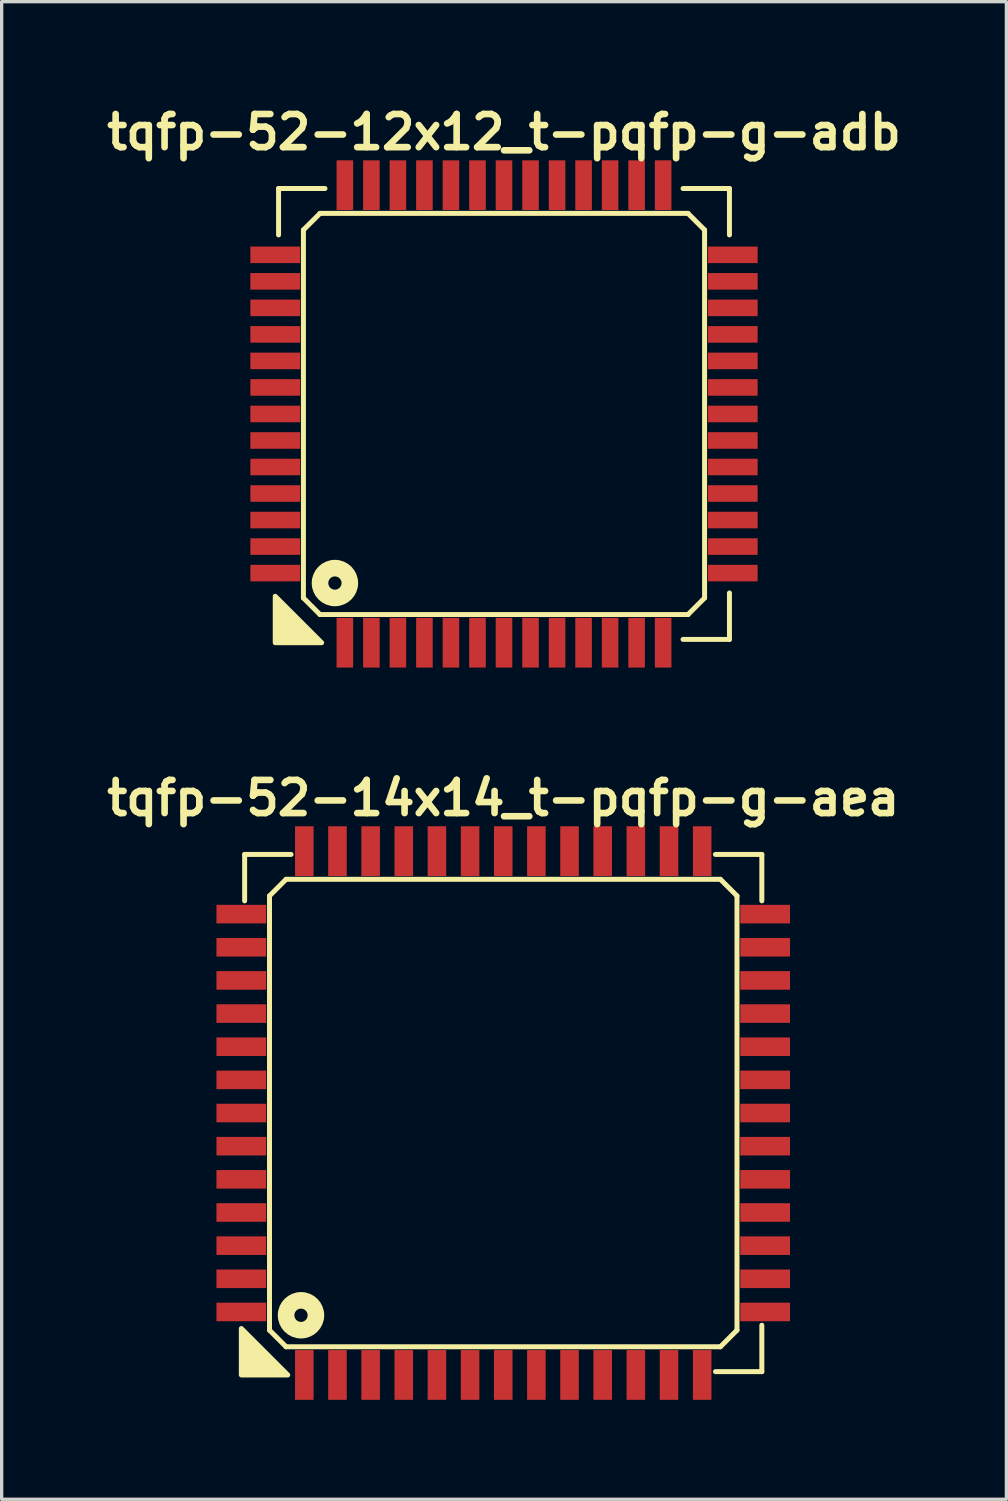
<source format=kicad_pcb>
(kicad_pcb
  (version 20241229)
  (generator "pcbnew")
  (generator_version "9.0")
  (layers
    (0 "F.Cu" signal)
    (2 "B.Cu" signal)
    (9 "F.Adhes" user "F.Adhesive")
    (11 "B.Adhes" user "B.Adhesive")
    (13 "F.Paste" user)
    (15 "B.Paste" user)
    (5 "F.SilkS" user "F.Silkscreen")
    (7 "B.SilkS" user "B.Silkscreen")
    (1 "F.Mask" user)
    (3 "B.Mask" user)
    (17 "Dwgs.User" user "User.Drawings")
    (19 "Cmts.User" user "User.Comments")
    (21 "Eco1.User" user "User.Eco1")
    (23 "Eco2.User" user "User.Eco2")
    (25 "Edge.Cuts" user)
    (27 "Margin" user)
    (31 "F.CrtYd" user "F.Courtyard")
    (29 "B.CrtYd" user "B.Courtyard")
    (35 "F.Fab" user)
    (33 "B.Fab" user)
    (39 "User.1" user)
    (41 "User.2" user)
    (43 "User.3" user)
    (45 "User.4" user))
  (footprint "tqfp-52-14x14_t-pqfp-g-aea"
    (layer "F.Cu")
    (at 12.129 30.522)
    (property "Reference" "tqfp-52-14x14_t-pqfp-g-aea" (at 0 -9.5 0) (layer "F.SilkS") (effects (font (size 1 1) (thickness 0.2))))
    (attr smd)
    (fp_line (start -7.8 -7.8) (end -6.4 -7.8) (stroke (width 0.15) (type solid)) (layer "F.SilkS"))
    (fp_line (start -7.8 -6.4) (end -7.8 -7.8) (stroke (width 0.15) (type solid)) (layer "F.SilkS"))
    (fp_line (start -7.05 -6.55) (end -6.55 -7.05) (stroke (width 0.15) (type solid)) (layer "F.SilkS"))
    (fp_line (start -7.05 6.55) (end -7.05 -6.55) (stroke (width 0.15) (type solid)) (layer "F.SilkS"))
    (fp_line (start -6.55 -7.05) (end 6.55 -7.05) (stroke (width 0.15) (type solid)) (layer "F.SilkS"))
    (fp_line (start -6.55 7.05) (end -7.05 6.55) (stroke (width 0.15) (type solid)) (layer "F.SilkS"))
    (fp_line (start 6.4 -7.8) (end 7.8 -7.8) (stroke (width 0.15) (type solid)) (layer "F.SilkS"))
    (fp_line (start 6.55 -7.05) (end 7.05 -6.55) (stroke (width 0.15) (type solid)) (layer "F.SilkS"))
    (fp_line (start 6.55 7.05) (end -6.55 7.05) (stroke (width 0.15) (type solid)) (layer "F.SilkS"))
    (fp_line (start 7.05 -6.55) (end 7.05 6.55) (stroke (width 0.15) (type solid)) (layer "F.SilkS"))
    (fp_line (start 7.05 6.55) (end 6.55 7.05) (stroke (width 0.15) (type solid)) (layer "F.SilkS"))
    (fp_line (start 7.8 -7.8) (end 7.8 -6.4) (stroke (width 0.15) (type solid)) (layer "F.SilkS"))
    (fp_line (start 7.8 6.4) (end 7.8 7.8) (stroke (width 0.15) (type solid)) (layer "F.SilkS"))
    (fp_line (start 7.8 7.8) (end 6.4 7.8) (stroke (width 0.15) (type solid)) (layer "F.SilkS"))
    (fp_circle (center -6.1 6.1) (end -5.9 6.1) (stroke (width 0.5) (type solid)) (fill no) (layer "F.SilkS"))
    (fp_poly (pts (xy -6.5 7.9) (xy -7.9 7.9) (xy -7.9 6.5)) (stroke (width 0.15) (type solid)) (fill yes) (layer "F.SilkS"))
    (pad "1" smd rect (at -6 7.9) (size 0.56 1.5) (layers "F.Cu" "F.Mask" "F.Paste"))
    (pad "2" smd rect (at -5 7.9) (size 0.56 1.5) (layers "F.Cu" "F.Mask" "F.Paste"))
    (pad "3" smd rect (at -4 7.9) (size 0.56 1.5) (layers "F.Cu" "F.Mask" "F.Paste"))
    (pad "4" smd rect (at -3 7.9) (size 0.56 1.5) (layers "F.Cu" "F.Mask" "F.Paste"))
    (pad "5" smd rect (at -2 7.9) (size 0.56 1.5) (layers "F.Cu" "F.Mask" "F.Paste"))
    (pad "6" smd rect (at -1 7.9) (size 0.56 1.5) (layers "F.Cu" "F.Mask" "F.Paste"))
    (pad "7" smd rect (at 0 7.9) (size 0.56 1.5) (layers "F.Cu" "F.Mask" "F.Paste"))
    (pad "8" smd rect (at 1 7.9) (size 0.56 1.5) (layers "F.Cu" "F.Mask" "F.Paste"))
    (pad "9" smd rect (at 2 7.9) (size 0.56 1.5) (layers "F.Cu" "F.Mask" "F.Paste"))
    (pad "10" smd rect (at 3 7.9) (size 0.56 1.5) (layers "F.Cu" "F.Mask" "F.Paste"))
    (pad "11" smd rect (at 4 7.9) (size 0.56 1.5) (layers "F.Cu" "F.Mask" "F.Paste"))
    (pad "12" smd rect (at 5 7.9) (size 0.56 1.5) (layers "F.Cu" "F.Mask" "F.Paste"))
    (pad "13" smd rect (at 6 7.9) (size 0.56 1.5) (layers "F.Cu" "F.Mask" "F.Paste"))
    (pad "14" smd rect (at 7.9 6) (size 1.5 0.56) (layers "F.Cu" "F.Mask" "F.Paste"))
    (pad "15" smd rect (at 7.9 5) (size 1.5 0.56) (layers "F.Cu" "F.Mask" "F.Paste"))
    (pad "16" smd rect (at 7.9 4) (size 1.5 0.56) (layers "F.Cu" "F.Mask" "F.Paste"))
    (pad "17" smd rect (at 7.9 3) (size 1.5 0.56) (layers "F.Cu" "F.Mask" "F.Paste"))
    (pad "18" smd rect (at 7.9 2) (size 1.5 0.56) (layers "F.Cu" "F.Mask" "F.Paste"))
    (pad "19" smd rect (at 7.9 1) (size 1.5 0.56) (layers "F.Cu" "F.Mask" "F.Paste"))
    (pad "20" smd rect (at 7.9 0) (size 1.5 0.56) (layers "F.Cu" "F.Mask" "F.Paste"))
    (pad "21" smd rect (at 7.9 -1) (size 1.5 0.56) (layers "F.Cu" "F.Mask" "F.Paste"))
    (pad "22" smd rect (at 7.9 -2) (size 1.5 0.56) (layers "F.Cu" "F.Mask" "F.Paste"))
    (pad "23" smd rect (at 7.9 -3) (size 1.5 0.56) (layers "F.Cu" "F.Mask" "F.Paste"))
    (pad "24" smd rect (at 7.9 -4) (size 1.5 0.56) (layers "F.Cu" "F.Mask" "F.Paste"))
    (pad "25" smd rect (at 7.9 -5) (size 1.5 0.56) (layers "F.Cu" "F.Mask" "F.Paste"))
    (pad "26" smd rect (at 7.9 -6) (size 1.5 0.56) (layers "F.Cu" "F.Mask" "F.Paste"))
    (pad "27" smd rect (at 6 -7.9) (size 0.56 1.5) (layers "F.Cu" "F.Mask" "F.Paste"))
    (pad "28" smd rect (at 5 -7.9) (size 0.56 1.5) (layers "F.Cu" "F.Mask" "F.Paste"))
    (pad "29" smd rect (at 4 -7.9) (size 0.56 1.5) (layers "F.Cu" "F.Mask" "F.Paste"))
    (pad "30" smd rect (at 3 -7.9) (size 0.56 1.5) (layers "F.Cu" "F.Mask" "F.Paste"))
    (pad "31" smd rect (at 2 -7.9) (size 0.56 1.5) (layers "F.Cu" "F.Mask" "F.Paste"))
    (pad "32" smd rect (at 1 -7.9) (size 0.56 1.5) (layers "F.Cu" "F.Mask" "F.Paste"))
    (pad "33" smd rect (at 0 -7.9) (size 0.56 1.5) (layers "F.Cu" "F.Mask" "F.Paste"))
    (pad "34" smd rect (at -1 -7.9) (size 0.56 1.5) (layers "F.Cu" "F.Mask" "F.Paste"))
    (pad "35" smd rect (at -2 -7.9) (size 0.56 1.5) (layers "F.Cu" "F.Mask" "F.Paste"))
    (pad "36" smd rect (at -3 -7.9) (size 0.56 1.5) (layers "F.Cu" "F.Mask" "F.Paste"))
    (pad "37" smd rect (at -4 -7.9) (size 0.56 1.5) (layers "F.Cu" "F.Mask" "F.Paste"))
    (pad "38" smd rect (at -5 -7.9) (size 0.56 1.5) (layers "F.Cu" "F.Mask" "F.Paste"))
    (pad "39" smd rect (at -6 -7.9) (size 0.56 1.5) (layers "F.Cu" "F.Mask" "F.Paste"))
    (pad "40" smd rect (at -7.9 -6) (size 1.5 0.56) (layers "F.Cu" "F.Mask" "F.Paste"))
    (pad "41" smd rect (at -7.9 -5) (size 1.5 0.56) (layers "F.Cu" "F.Mask" "F.Paste"))
    (pad "42" smd rect (at -7.9 -4) (size 1.5 0.56) (layers "F.Cu" "F.Mask" "F.Paste"))
    (pad "43" smd rect (at -7.9 -3) (size 1.5 0.56) (layers "F.Cu" "F.Mask" "F.Paste"))
    (pad "44" smd rect (at -7.9 -2) (size 1.5 0.56) (layers "F.Cu" "F.Mask" "F.Paste"))
    (pad "45" smd rect (at -7.9 -1) (size 1.5 0.56) (layers "F.Cu" "F.Mask" "F.Paste"))
    (pad "46" smd rect (at -7.9 0) (size 1.5 0.56) (layers "F.Cu" "F.Mask" "F.Paste"))
    (pad "47" smd rect (at -7.9 1) (size 1.5 0.56) (layers "F.Cu" "F.Mask" "F.Paste"))
    (pad "48" smd rect (at -7.9 2) (size 1.5 0.56) (layers "F.Cu" "F.Mask" "F.Paste"))
    (pad "49" smd rect (at -7.9 3) (size 1.5 0.56) (layers "F.Cu" "F.Mask" "F.Paste"))
    (pad "50" smd rect (at -7.9 4) (size 1.5 0.56) (layers "F.Cu" "F.Mask" "F.Paste"))
    (pad "51" smd rect (at -7.9 5) (size 1.5 0.56) (layers "F.Cu" "F.Mask" "F.Paste"))
    (pad "52" smd rect (at -7.9 6) (size 1.5 0.56) (layers "F.Cu" "F.Mask" "F.Paste")))
  (footprint "tqfp-52-12x12_t-pqfp-g-adb"
    (layer "F.Cu")
    (at 12.152 9.436)
    (property "Reference" "tqfp-52-12x12_t-pqfp-g-adb" (at 0 -8.5 0) (layer "F.SilkS") (effects (font (size 1 1) (thickness 0.2))))
    (attr smd)
    (fp_line (start -6.8 -6.8) (end -5.4 -6.8) (stroke (width 0.15) (type solid)) (layer "F.SilkS"))
    (fp_line (start -6.8 -5.4) (end -6.8 -6.8) (stroke (width 0.15) (type solid)) (layer "F.SilkS"))
    (fp_line (start -6.05 -5.55) (end -5.55 -6.05) (stroke (width 0.15) (type solid)) (layer "F.SilkS"))
    (fp_line (start -6.05 5.55) (end -6.05 -5.55) (stroke (width 0.15) (type solid)) (layer "F.SilkS"))
    (fp_line (start -5.55 -6.05) (end 5.55 -6.05) (stroke (width 0.15) (type solid)) (layer "F.SilkS"))
    (fp_line (start -5.55 6.05) (end -6.05 5.55) (stroke (width 0.15) (type solid)) (layer "F.SilkS"))
    (fp_line (start 5.4 -6.8) (end 6.8 -6.8) (stroke (width 0.15) (type solid)) (layer "F.SilkS"))
    (fp_line (start 5.55 -6.05) (end 6.05 -5.55) (stroke (width 0.15) (type solid)) (layer "F.SilkS"))
    (fp_line (start 5.55 6.05) (end -5.55 6.05) (stroke (width 0.15) (type solid)) (layer "F.SilkS"))
    (fp_line (start 6.05 -5.55) (end 6.05 5.55) (stroke (width 0.15) (type solid)) (layer "F.SilkS"))
    (fp_line (start 6.05 5.55) (end 5.55 6.05) (stroke (width 0.15) (type solid)) (layer "F.SilkS"))
    (fp_line (start 6.8 -6.8) (end 6.8 -5.4) (stroke (width 0.15) (type solid)) (layer "F.SilkS"))
    (fp_line (start 6.8 5.4) (end 6.8 6.8) (stroke (width 0.15) (type solid)) (layer "F.SilkS"))
    (fp_line (start 6.8 6.8) (end 5.4 6.8) (stroke (width 0.15) (type solid)) (layer "F.SilkS"))
    (fp_circle (center -5.1 5.1) (end -4.9 5.1) (stroke (width 0.5) (type solid)) (fill no) (layer "F.SilkS"))
    (fp_poly (pts (xy -5.5 6.9) (xy -6.9 6.9) (xy -6.9 5.5)) (stroke (width 0.15) (type solid)) (fill yes) (layer "F.SilkS"))
    (pad "1" smd rect (at -4.8 6.9) (size 0.5 1.5) (layers "F.Cu" "F.Mask" "F.Paste"))
    (pad "2" smd rect (at -4 6.9) (size 0.5 1.5) (layers "F.Cu" "F.Mask" "F.Paste"))
    (pad "3" smd rect (at -3.2 6.9) (size 0.5 1.5) (layers "F.Cu" "F.Mask" "F.Paste"))
    (pad "4" smd rect (at -2.4 6.9) (size 0.5 1.5) (layers "F.Cu" "F.Mask" "F.Paste"))
    (pad "5" smd rect (at -1.6 6.9) (size 0.5 1.5) (layers "F.Cu" "F.Mask" "F.Paste"))
    (pad "6" smd rect (at -0.8 6.9) (size 0.5 1.5) (layers "F.Cu" "F.Mask" "F.Paste"))
    (pad "7" smd rect (at 0 6.9) (size 0.5 1.5) (layers "F.Cu" "F.Mask" "F.Paste"))
    (pad "8" smd rect (at 0.8 6.9) (size 0.5 1.5) (layers "F.Cu" "F.Mask" "F.Paste"))
    (pad "9" smd rect (at 1.6 6.9) (size 0.5 1.5) (layers "F.Cu" "F.Mask" "F.Paste"))
    (pad "10" smd rect (at 2.4 6.9) (size 0.5 1.5) (layers "F.Cu" "F.Mask" "F.Paste"))
    (pad "11" smd rect (at 3.2 6.9) (size 0.5 1.5) (layers "F.Cu" "F.Mask" "F.Paste"))
    (pad "12" smd rect (at 4 6.9) (size 0.5 1.5) (layers "F.Cu" "F.Mask" "F.Paste"))
    (pad "13" smd rect (at 4.8 6.9) (size 0.5 1.5) (layers "F.Cu" "F.Mask" "F.Paste"))
    (pad "14" smd rect (at 6.9 4.8) (size 1.5 0.5) (layers "F.Cu" "F.Mask" "F.Paste"))
    (pad "15" smd rect (at 6.9 4) (size 1.5 0.5) (layers "F.Cu" "F.Mask" "F.Paste"))
    (pad "16" smd rect (at 6.9 3.2) (size 1.5 0.5) (layers "F.Cu" "F.Mask" "F.Paste"))
    (pad "17" smd rect (at 6.9 2.4) (size 1.5 0.5) (layers "F.Cu" "F.Mask" "F.Paste"))
    (pad "18" smd rect (at 6.9 1.6) (size 1.5 0.5) (layers "F.Cu" "F.Mask" "F.Paste"))
    (pad "19" smd rect (at 6.9 0.8) (size 1.5 0.5) (layers "F.Cu" "F.Mask" "F.Paste"))
    (pad "20" smd rect (at 6.9 0) (size 1.5 0.5) (layers "F.Cu" "F.Mask" "F.Paste"))
    (pad "21" smd rect (at 6.9 -0.8) (size 1.5 0.5) (layers "F.Cu" "F.Mask" "F.Paste"))
    (pad "22" smd rect (at 6.9 -1.6) (size 1.5 0.5) (layers "F.Cu" "F.Mask" "F.Paste"))
    (pad "23" smd rect (at 6.9 -2.4) (size 1.5 0.5) (layers "F.Cu" "F.Mask" "F.Paste"))
    (pad "24" smd rect (at 6.9 -3.2) (size 1.5 0.5) (layers "F.Cu" "F.Mask" "F.Paste"))
    (pad "25" smd rect (at 6.9 -4) (size 1.5 0.5) (layers "F.Cu" "F.Mask" "F.Paste"))
    (pad "26" smd rect (at 6.9 -4.8) (size 1.5 0.5) (layers "F.Cu" "F.Mask" "F.Paste"))
    (pad "27" smd rect (at 4.8 -6.9) (size 0.5 1.5) (layers "F.Cu" "F.Mask" "F.Paste"))
    (pad "28" smd rect (at 4 -6.9) (size 0.5 1.5) (layers "F.Cu" "F.Mask" "F.Paste"))
    (pad "29" smd rect (at 3.2 -6.9) (size 0.5 1.5) (layers "F.Cu" "F.Mask" "F.Paste"))
    (pad "30" smd rect (at 2.4 -6.9) (size 0.5 1.5) (layers "F.Cu" "F.Mask" "F.Paste"))
    (pad "31" smd rect (at 1.6 -6.9) (size 0.5 1.5) (layers "F.Cu" "F.Mask" "F.Paste"))
    (pad "32" smd rect (at 0.8 -6.9) (size 0.5 1.5) (layers "F.Cu" "F.Mask" "F.Paste"))
    (pad "33" smd rect (at 0 -6.9) (size 0.5 1.5) (layers "F.Cu" "F.Mask" "F.Paste"))
    (pad "34" smd rect (at -0.8 -6.9) (size 0.5 1.5) (layers "F.Cu" "F.Mask" "F.Paste"))
    (pad "35" smd rect (at -1.6 -6.9) (size 0.5 1.5) (layers "F.Cu" "F.Mask" "F.Paste"))
    (pad "36" smd rect (at -2.4 -6.9) (size 0.5 1.5) (layers "F.Cu" "F.Mask" "F.Paste"))
    (pad "37" smd rect (at -3.2 -6.9) (size 0.5 1.5) (layers "F.Cu" "F.Mask" "F.Paste"))
    (pad "38" smd rect (at -4 -6.9) (size 0.5 1.5) (layers "F.Cu" "F.Mask" "F.Paste"))
    (pad "39" smd rect (at -4.8 -6.9) (size 0.5 1.5) (layers "F.Cu" "F.Mask" "F.Paste"))
    (pad "40" smd rect (at -6.9 -4.8) (size 1.5 0.5) (layers "F.Cu" "F.Mask" "F.Paste"))
    (pad "41" smd rect (at -6.9 -4) (size 1.5 0.5) (layers "F.Cu" "F.Mask" "F.Paste"))
    (pad "42" smd rect (at -6.9 -3.2) (size 1.5 0.5) (layers "F.Cu" "F.Mask" "F.Paste"))
    (pad "43" smd rect (at -6.9 -2.4) (size 1.5 0.5) (layers "F.Cu" "F.Mask" "F.Paste"))
    (pad "44" smd rect (at -6.9 -1.6) (size 1.5 0.5) (layers "F.Cu" "F.Mask" "F.Paste"))
    (pad "45" smd rect (at -6.9 -0.8) (size 1.5 0.5) (layers "F.Cu" "F.Mask" "F.Paste"))
    (pad "46" smd rect (at -6.9 0) (size 1.5 0.5) (layers "F.Cu" "F.Mask" "F.Paste"))
    (pad "47" smd rect (at -6.9 0.8) (size 1.5 0.5) (layers "F.Cu" "F.Mask" "F.Paste"))
    (pad "48" smd rect (at -6.9 1.6) (size 1.5 0.5) (layers "F.Cu" "F.Mask" "F.Paste"))
    (pad "49" smd rect (at -6.9 2.4) (size 1.5 0.5) (layers "F.Cu" "F.Mask" "F.Paste"))
    (pad "50" smd rect (at -6.9 3.2) (size 1.5 0.5) (layers "F.Cu" "F.Mask" "F.Paste"))
    (pad "51" smd rect (at -6.9 4) (size 1.5 0.5) (layers "F.Cu" "F.Mask" "F.Paste"))
    (pad "52" smd rect (at -6.9 4.8) (size 1.5 0.5) (layers "F.Cu" "F.Mask" "F.Paste")))
  (gr_rect
    (start -3 -3)
    (end 27.305 42.172)
    (stroke (width 0.1) (type default))
    (fill no)
    (layer "Edge.Cuts")))
</source>
